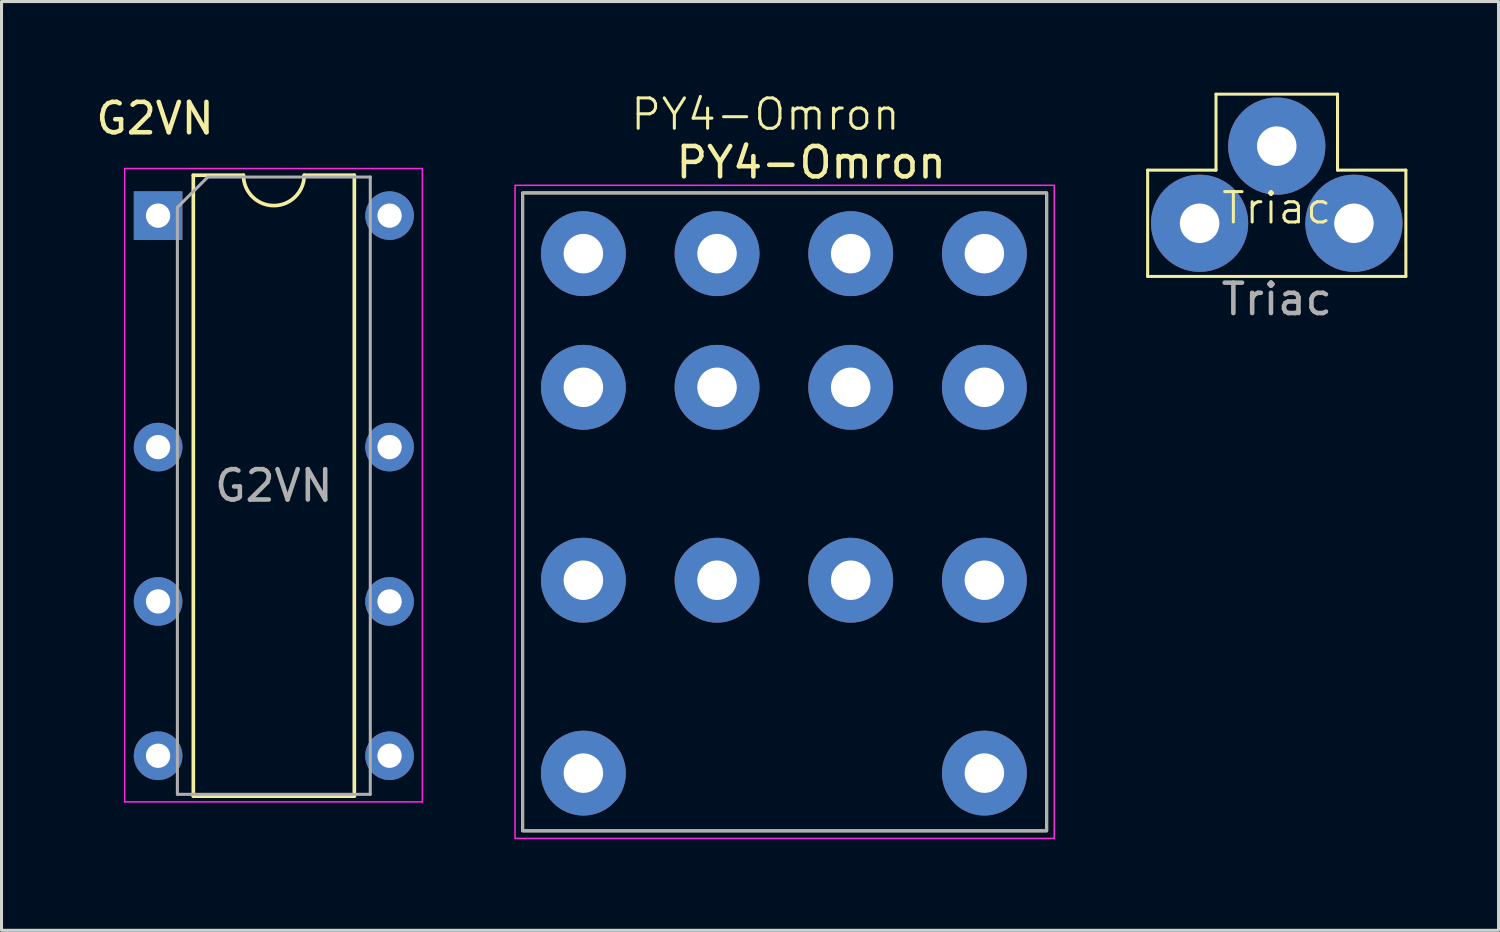
<source format=kicad_pcb>
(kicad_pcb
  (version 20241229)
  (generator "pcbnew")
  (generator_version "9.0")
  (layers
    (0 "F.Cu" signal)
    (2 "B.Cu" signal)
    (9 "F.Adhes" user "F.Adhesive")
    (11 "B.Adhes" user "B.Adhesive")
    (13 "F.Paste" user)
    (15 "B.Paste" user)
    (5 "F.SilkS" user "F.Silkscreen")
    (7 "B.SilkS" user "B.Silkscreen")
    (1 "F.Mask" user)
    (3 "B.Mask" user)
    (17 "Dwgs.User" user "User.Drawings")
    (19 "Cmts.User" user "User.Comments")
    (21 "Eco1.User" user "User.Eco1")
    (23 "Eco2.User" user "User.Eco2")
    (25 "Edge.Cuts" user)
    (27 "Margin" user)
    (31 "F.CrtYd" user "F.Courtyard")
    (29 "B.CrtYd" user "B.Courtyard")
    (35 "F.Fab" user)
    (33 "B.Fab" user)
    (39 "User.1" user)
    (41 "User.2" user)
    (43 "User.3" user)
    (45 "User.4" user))
  (footprint "G2VN"
    (layer "F.Cu")
    (at 2.154 4.048)
    (property "Reference" "G2VN" (at -0.1 -3.2 0) (unlocked yes) (layer "F.SilkS") (effects (font (size 1 1) (thickness 0.15))))
    (attr through_hole)
    (fp_line (start 1.16 -1.33) (end 1.16 19.11) (stroke (width 0.12) (type solid)) (layer "F.SilkS"))
    (fp_line (start 1.16 19.11) (end 6.46 19.11) (stroke (width 0.12) (type solid)) (layer "F.SilkS"))
    (fp_line (start 2.81 -1.33) (end 1.16 -1.33) (stroke (width 0.12) (type solid)) (layer "F.SilkS"))
    (fp_line (start 6.46 -1.33) (end 4.81 -1.33) (stroke (width 0.12) (type solid)) (layer "F.SilkS"))
    (fp_line (start 6.46 19.11) (end 6.46 -1.33) (stroke (width 0.12) (type solid)) (layer "F.SilkS"))
    (fp_arc (start 4.81 -1.33) (mid 3.81 -0.33) (end 2.81 -1.33) (stroke (width 0.12) (type solid)) (layer "F.SilkS"))
    (fp_line (start -1.1 -1.55) (end -1.1 19.3) (stroke (width 0.05) (type solid)) (layer "F.CrtYd"))
    (fp_line (start -1.1 19.3) (end 8.7 19.3) (stroke (width 0.05) (type solid)) (layer "F.CrtYd"))
    (fp_line (start 8.7 -1.55) (end -1.1 -1.55) (stroke (width 0.05) (type solid)) (layer "F.CrtYd"))
    (fp_line (start 8.7 19.3) (end 8.7 -1.55) (stroke (width 0.05) (type solid)) (layer "F.CrtYd"))
    (fp_line (start 0.635 -0.27) (end 1.635 -1.27) (stroke (width 0.1) (type solid)) (layer "F.Fab"))
    (fp_line (start 0.635 19.05) (end 0.635 -0.27) (stroke (width 0.1) (type solid)) (layer "F.Fab"))
    (fp_line (start 1.635 -1.27) (end 6.985 -1.27) (stroke (width 0.1) (type solid)) (layer "F.Fab"))
    (fp_line (start 6.985 -1.27) (end 6.985 19.05) (stroke (width 0.1) (type solid)) (layer "F.Fab"))
    (fp_line (start 6.985 19.05) (end 0.635 19.05) (stroke (width 0.1) (type solid)) (layer "F.Fab"))
    (fp_text user "${REFERENCE}" (at 3.81 8.89 0) (layer "F.Fab") (effects (font (size 1 1) (thickness 0.15))))
    (pad "1" thru_hole rect (at 0 0) (size 1.6 1.6) (drill 0.8) (layers "*.Cu" "*.Mask"))
    (pad "2" thru_hole oval (at 0 7.62) (size 1.6 1.6) (drill 0.8) (layers "*.Cu" "*.Mask"))
    (pad "3" thru_hole oval (at 0 12.7) (size 1.6 1.6) (drill 0.8) (layers "*.Cu" "*.Mask"))
    (pad "4" thru_hole oval (at 0 17.78) (size 1.6 1.6) (drill 0.8) (layers "*.Cu" "*.Mask"))
    (pad "5" thru_hole oval (at 7.62 17.78) (size 1.6 1.6) (drill 0.8) (layers "*.Cu" "*.Mask"))
    (pad "6" thru_hole oval (at 7.62 12.7) (size 1.6 1.6) (drill 0.8) (layers "*.Cu" "*.Mask"))
    (pad "7" thru_hole oval (at 7.62 7.62) (size 1.6 1.6) (drill 0.8) (layers "*.Cu" "*.Mask"))
    (pad "8" thru_hole oval (at 7.62 0) (size 1.6 1.6) (drill 0.8) (layers "*.Cu" "*.Mask")))
  (footprint "PY4-Omron"
    (layer "F.Cu")
    (at 16.154 5.3)
    (property "Reference" "PY4-Omron" (at 7.5 -3 0) (unlocked yes) (layer "F.SilkS") (effects (font (size 1 1) (thickness 0.15))))
    (attr through_hole)
    (fp_rect (start -2 -2) (end 15.25 19) (stroke (width 0.1) (type default)) (fill no) (layer "F.SilkS"))
    (fp_rect (start -2.25 -2.25) (end 15.5 19.25) (stroke (width 0.05) (type default)) (fill no) (layer "F.CrtYd"))
    (fp_rect (start -2 -2) (end 15.25 19) (stroke (width 0.1) (type default)) (fill no) (layer "F.Fab"))
    (fp_text user "${REFERENCE}" (at 1.5 -4 0) (unlocked yes) (layer "F.SilkS") (effects (font (size 1 1) (thickness 0.1)) (justify left bottom)))
    (pad "1" thru_hole circle (at 13.2 0) (size 2.794 2.794) (drill 1.3) (layers "*.Cu" "*.Mask"))
    (pad "2" thru_hole circle (at 8.8 0) (size 2.794 2.794) (drill 1.3) (layers "*.Cu" "*.Mask"))
    (pad "3" thru_hole circle (at 4.4 0) (size 2.794 2.794) (drill 1.3) (layers "*.Cu" "*.Mask"))
    (pad "4" thru_hole circle (at 0 0) (size 2.794 2.794) (drill 1.3) (layers "*.Cu" "*.Mask"))
    (pad "5" thru_hole circle (at 13.2 4.4) (size 2.794 2.794) (drill 1.3) (layers "*.Cu" "*.Mask"))
    (pad "6" thru_hole circle (at 8.8 4.4) (size 2.794 2.794) (drill 1.3) (layers "*.Cu" "*.Mask"))
    (pad "7" thru_hole circle (at 4.4 4.4) (size 2.794 2.794) (drill 1.3) (layers "*.Cu" "*.Mask"))
    (pad "8" thru_hole circle (at 0 4.4) (size 2.794 2.794) (drill 1.3) (layers "*.Cu" "*.Mask"))
    (pad "9" thru_hole circle (at 13.2 10.75) (size 2.794 2.794) (drill 1.3) (layers "*.Cu" "*.Mask"))
    (pad "10" thru_hole circle (at 8.8 10.75) (size 2.794 2.794) (drill 1.3) (layers "*.Cu" "*.Mask"))
    (pad "11" thru_hole circle (at 4.4 10.75) (size 2.794 2.794) (drill 1.3) (layers "*.Cu" "*.Mask"))
    (pad "12" thru_hole circle (at 0 10.75) (size 2.794 2.794) (drill 1.3) (layers "*.Cu" "*.Mask"))
    (pad "13" thru_hole circle (at 0 17.1) (size 2.794 2.794) (drill 1.3) (layers "*.Cu" "*.Mask"))
    (pad "14" thru_hole circle (at 13.2 17.1) (size 2.794 2.794) (drill 1.3) (layers "*.Cu" "*.Mask")))
  (footprint "Triac"
    (layer "F.Cu")
    (at 38.979 4.3)
    (property "Reference" "Triac" (at 0 -0.5 0) (unlocked yes) (layer "F.SilkS") (effects (font (size 1 1) (thickness 0.1))))
    (attr through_hole)
    (fp_line (start -4.25 -1.75) (end -2 -1.75) (stroke (width 0.1) (type default)) (layer "F.SilkS"))
    (fp_line (start -4.25 1.75) (end -4.25 -1.75) (stroke (width 0.1) (type default)) (layer "F.SilkS"))
    (fp_line (start -2 -4.25) (end 2 -4.25) (stroke (width 0.1) (type default)) (layer "F.SilkS"))
    (fp_line (start -2 -1.75) (end -2 -4.25) (stroke (width 0.1) (type default)) (layer "F.SilkS"))
    (fp_line (start 2 -4.25) (end 2 -1.75) (stroke (width 0.1) (type default)) (layer "F.SilkS"))
    (fp_line (start 2 -1.75) (end 4.25 -1.75) (stroke (width 0.1) (type default)) (layer "F.SilkS"))
    (fp_line (start 4.25 -1.75) (end 4.25 1.75) (stroke (width 0.1) (type default)) (layer "F.SilkS"))
    (fp_line (start 4.25 1.75) (end -4.25 1.75) (stroke (width 0.1) (type default)) (layer "F.SilkS"))
    (fp_text user "${REFERENCE}" (at 0 2.5 0) (unlocked yes) (layer "F.Fab") (effects (font (size 1 1) (thickness 0.15))))
    (pad "1" thru_hole circle (at 2.54 0) (size 3.2 3.2) (drill 1.3) (layers "*.Cu" "*.Mask"))
    (pad "2" thru_hole circle (at 0 -2.54) (size 3.2 3.2) (drill 1.3) (layers "*.Cu" "*.Mask"))
    (pad "3" thru_hole circle (at -2.54 0) (size 3.2 3.2) (drill 1.3) (layers "*.Cu" "*.Mask")))
  (gr_rect
    (start -3 -3)
    (end 46.279 27.575)
    (stroke (width 0.1) (type default))
    (fill no)
    (layer "Edge.Cuts")))
</source>
